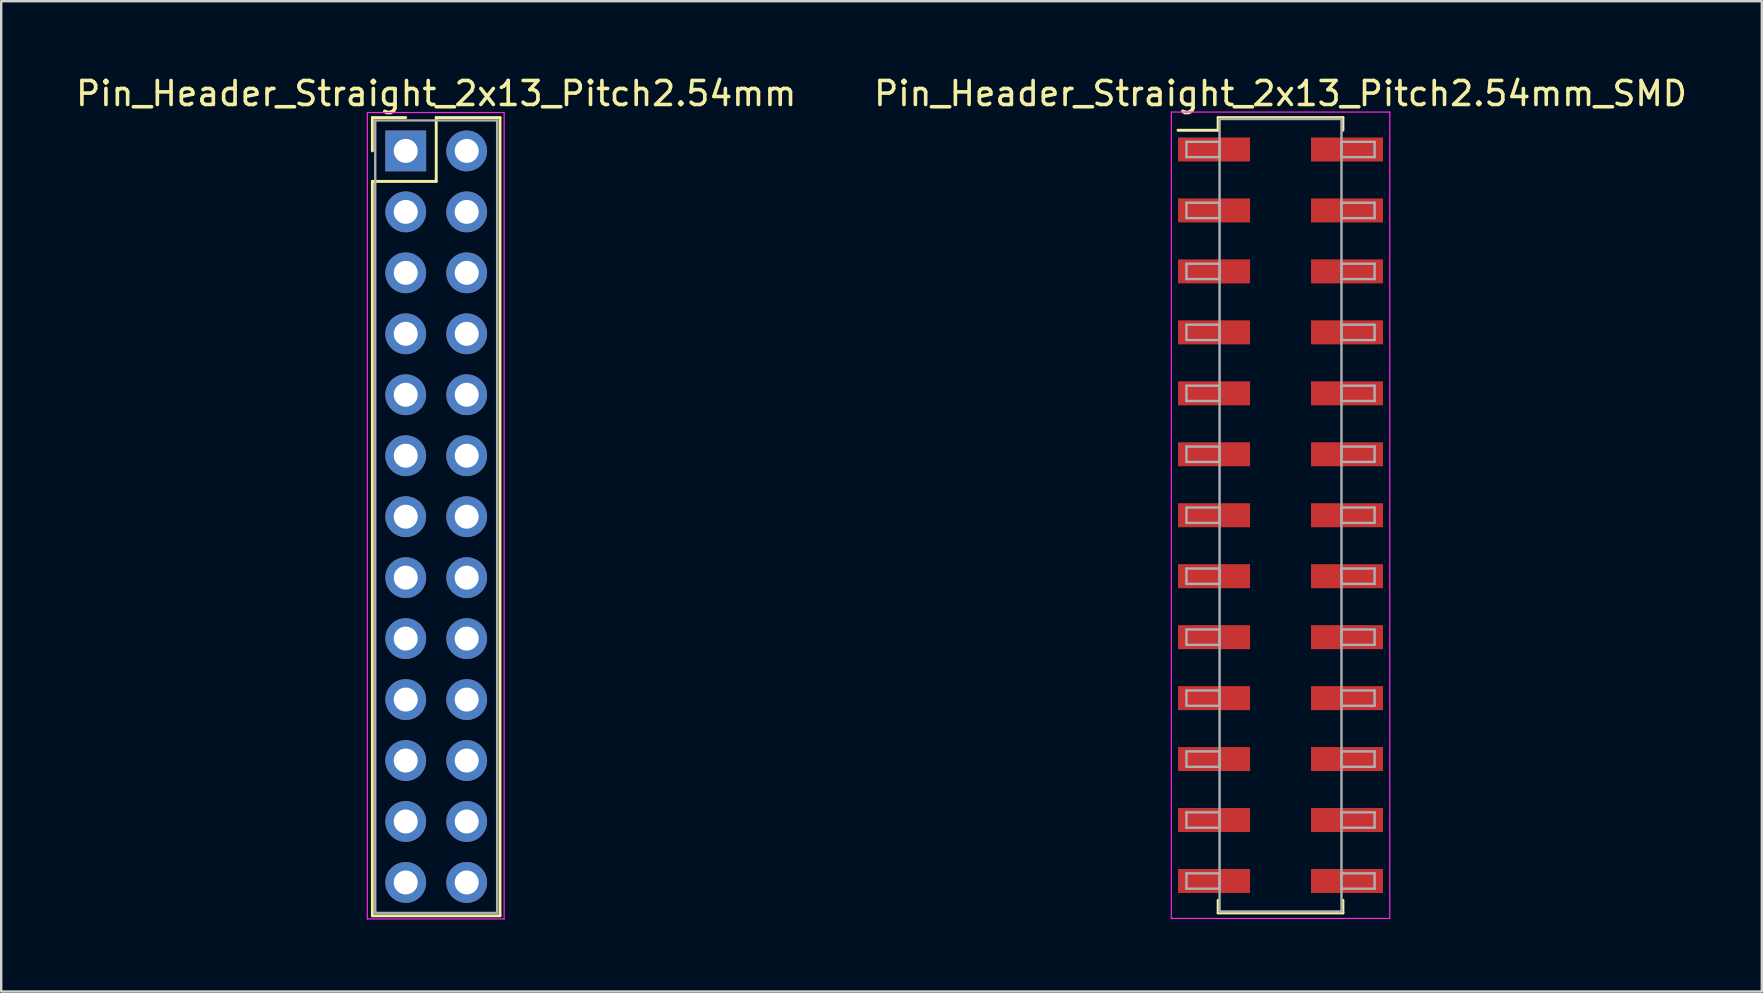
<source format=kicad_pcb>
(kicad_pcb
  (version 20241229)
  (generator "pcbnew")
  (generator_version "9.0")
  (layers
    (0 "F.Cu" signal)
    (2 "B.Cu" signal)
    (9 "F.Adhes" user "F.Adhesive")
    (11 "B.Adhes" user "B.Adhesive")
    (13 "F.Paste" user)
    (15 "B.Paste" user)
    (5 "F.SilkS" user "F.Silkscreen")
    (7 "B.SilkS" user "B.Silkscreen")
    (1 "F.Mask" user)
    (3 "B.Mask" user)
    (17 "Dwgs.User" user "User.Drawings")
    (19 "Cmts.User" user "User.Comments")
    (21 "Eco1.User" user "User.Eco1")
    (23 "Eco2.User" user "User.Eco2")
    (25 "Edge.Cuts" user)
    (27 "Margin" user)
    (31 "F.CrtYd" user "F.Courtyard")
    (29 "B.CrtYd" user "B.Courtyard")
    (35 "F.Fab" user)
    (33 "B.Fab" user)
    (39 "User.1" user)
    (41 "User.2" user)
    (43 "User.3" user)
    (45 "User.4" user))
  (footprint "Pin_Header_Straight_2x13_Pitch2.54mm"
    (layer "F.Cu")
    (at 13.855 3.238)
    (property "Reference" "Pin_Header_Straight_2x13_Pitch2.54mm" (at 1.27 -2.39 0) (layer "F.SilkS") (effects (font (size 1 1) (thickness 0.15))))
    (attr through_hole)
    (fp_line (start -1.39 -1.39) (end 0 -1.39) (stroke (width 0.12) (type solid)) (layer "F.SilkS"))
    (fp_line (start -1.39 0) (end -1.39 -1.39) (stroke (width 0.12) (type solid)) (layer "F.SilkS"))
    (fp_line (start -1.39 1.27) (end -1.39 31.87) (stroke (width 0.12) (type solid)) (layer "F.SilkS"))
    (fp_line (start -1.39 31.87) (end 3.93 31.87) (stroke (width 0.12) (type solid)) (layer "F.SilkS"))
    (fp_line (start 1.27 -1.39) (end 1.27 1.27) (stroke (width 0.12) (type solid)) (layer "F.SilkS"))
    (fp_line (start 1.27 1.27) (end -1.39 1.27) (stroke (width 0.12) (type solid)) (layer "F.SilkS"))
    (fp_line (start 3.93 -1.39) (end 1.27 -1.39) (stroke (width 0.12) (type solid)) (layer "F.SilkS"))
    (fp_line (start 3.93 31.87) (end 3.93 -1.39) (stroke (width 0.12) (type solid)) (layer "F.SilkS"))
    (fp_line (start -1.6 -1.6) (end -1.6 32) (stroke (width 0.05) (type solid)) (layer "F.CrtYd"))
    (fp_line (start -1.6 32) (end 4.1 32) (stroke (width 0.05) (type solid)) (layer "F.CrtYd"))
    (fp_line (start 4.1 -1.6) (end -1.6 -1.6) (stroke (width 0.05) (type solid)) (layer "F.CrtYd"))
    (fp_line (start 4.1 32) (end 4.1 -1.6) (stroke (width 0.05) (type solid)) (layer "F.CrtYd"))
    (fp_line (start -1.27 -1.27) (end -1.27 31.75) (stroke (width 0.1) (type solid)) (layer "F.Fab"))
    (fp_line (start -1.27 31.75) (end 3.81 31.75) (stroke (width 0.1) (type solid)) (layer "F.Fab"))
    (fp_line (start 3.81 -1.27) (end -1.27 -1.27) (stroke (width 0.1) (type solid)) (layer "F.Fab"))
    (fp_line (start 3.81 31.75) (end 3.81 -1.27) (stroke (width 0.1) (type solid)) (layer "F.Fab"))
    (pad "1" thru_hole rect (at 0 0) (size 1.7 1.7) (drill 1) (layers "*.Cu" "*.Mask"))
    (pad "2" thru_hole oval (at 2.54 0) (size 1.7 1.7) (drill 1) (layers "*.Cu" "*.Mask"))
    (pad "3" thru_hole oval (at 0 2.54) (size 1.7 1.7) (drill 1) (layers "*.Cu" "*.Mask"))
    (pad "4" thru_hole oval (at 2.54 2.54) (size 1.7 1.7) (drill 1) (layers "*.Cu" "*.Mask"))
    (pad "5" thru_hole oval (at 0 5.08) (size 1.7 1.7) (drill 1) (layers "*.Cu" "*.Mask"))
    (pad "6" thru_hole oval (at 2.54 5.08) (size 1.7 1.7) (drill 1) (layers "*.Cu" "*.Mask"))
    (pad "7" thru_hole oval (at 0 7.62) (size 1.7 1.7) (drill 1) (layers "*.Cu" "*.Mask"))
    (pad "8" thru_hole oval (at 2.54 7.62) (size 1.7 1.7) (drill 1) (layers "*.Cu" "*.Mask"))
    (pad "9" thru_hole oval (at 0 10.16) (size 1.7 1.7) (drill 1) (layers "*.Cu" "*.Mask"))
    (pad "10" thru_hole oval (at 2.54 10.16) (size 1.7 1.7) (drill 1) (layers "*.Cu" "*.Mask"))
    (pad "11" thru_hole oval (at 0 12.7) (size 1.7 1.7) (drill 1) (layers "*.Cu" "*.Mask"))
    (pad "12" thru_hole oval (at 2.54 12.7) (size 1.7 1.7) (drill 1) (layers "*.Cu" "*.Mask"))
    (pad "13" thru_hole oval (at 0 15.24) (size 1.7 1.7) (drill 1) (layers "*.Cu" "*.Mask"))
    (pad "14" thru_hole oval (at 2.54 15.24) (size 1.7 1.7) (drill 1) (layers "*.Cu" "*.Mask"))
    (pad "15" thru_hole oval (at 0 17.78) (size 1.7 1.7) (drill 1) (layers "*.Cu" "*.Mask"))
    (pad "16" thru_hole oval (at 2.54 17.78) (size 1.7 1.7) (drill 1) (layers "*.Cu" "*.Mask"))
    (pad "17" thru_hole oval (at 0 20.32) (size 1.7 1.7) (drill 1) (layers "*.Cu" "*.Mask"))
    (pad "18" thru_hole oval (at 2.54 20.32) (size 1.7 1.7) (drill 1) (layers "*.Cu" "*.Mask"))
    (pad "19" thru_hole oval (at 0 22.86) (size 1.7 1.7) (drill 1) (layers "*.Cu" "*.Mask"))
    (pad "20" thru_hole oval (at 2.54 22.86) (size 1.7 1.7) (drill 1) (layers "*.Cu" "*.Mask"))
    (pad "21" thru_hole oval (at 0 25.4) (size 1.7 1.7) (drill 1) (layers "*.Cu" "*.Mask"))
    (pad "22" thru_hole oval (at 2.54 25.4) (size 1.7 1.7) (drill 1) (layers "*.Cu" "*.Mask"))
    (pad "23" thru_hole oval (at 0 27.94) (size 1.7 1.7) (drill 1) (layers "*.Cu" "*.Mask"))
    (pad "24" thru_hole oval (at 2.54 27.94) (size 1.7 1.7) (drill 1) (layers "*.Cu" "*.Mask"))
    (pad "25" thru_hole oval (at 0 30.48) (size 1.7 1.7) (drill 1) (layers "*.Cu" "*.Mask"))
    (pad "26" thru_hole oval (at 2.54 30.48) (size 1.7 1.7) (drill 1) (layers "*.Cu" "*.Mask")))
  (footprint "Pin_Header_Straight_2x13_Pitch2.54mm_SMD"
    (layer "F.Cu")
    (at 50.304 18.418)
    (property "Reference" "Pin_Header_Straight_2x13_Pitch2.54mm_SMD" (at 0 -17.57 0) (layer "F.SilkS") (effects (font (size 1 1) (thickness 0.15))))
    (attr smd)
    (fp_line (start -4.27 -16.04) (end -2.6 -16.04) (stroke (width 0.12) (type solid)) (layer "F.SilkS"))
    (fp_line (start -2.6 -16.57) (end 2.6 -16.57) (stroke (width 0.12) (type solid)) (layer "F.SilkS"))
    (fp_line (start -2.6 -16.04) (end -2.6 -16.57) (stroke (width 0.12) (type solid)) (layer "F.SilkS"))
    (fp_line (start -2.6 16.04) (end -2.6 16.57) (stroke (width 0.12) (type solid)) (layer "F.SilkS"))
    (fp_line (start -2.6 16.57) (end 2.6 16.57) (stroke (width 0.12) (type solid)) (layer "F.SilkS"))
    (fp_line (start 2.6 -16.57) (end 2.6 -16.04) (stroke (width 0.12) (type solid)) (layer "F.SilkS"))
    (fp_line (start 2.6 16.57) (end 2.6 16.04) (stroke (width 0.12) (type solid)) (layer "F.SilkS"))
    (fp_line (start -4.55 -16.8) (end -4.55 16.8) (stroke (width 0.05) (type solid)) (layer "F.CrtYd"))
    (fp_line (start -4.55 16.8) (end 4.55 16.8) (stroke (width 0.05) (type solid)) (layer "F.CrtYd"))
    (fp_line (start 4.55 -16.8) (end -4.55 -16.8) (stroke (width 0.05) (type solid)) (layer "F.CrtYd"))
    (fp_line (start 4.55 16.8) (end 4.55 -16.8) (stroke (width 0.05) (type solid)) (layer "F.CrtYd"))
    (fp_line (start -3.92 -15.56) (end -2.54 -15.56) (stroke (width 0.1) (type solid)) (layer "F.Fab"))
    (fp_line (start -3.92 -14.92) (end -3.92 -15.56) (stroke (width 0.1) (type solid)) (layer "F.Fab"))
    (fp_line (start -3.92 -13.02) (end -2.54 -13.02) (stroke (width 0.1) (type solid)) (layer "F.Fab"))
    (fp_line (start -3.92 -12.38) (end -3.92 -13.02) (stroke (width 0.1) (type solid)) (layer "F.Fab"))
    (fp_line (start -3.92 -10.48) (end -2.54 -10.48) (stroke (width 0.1) (type solid)) (layer "F.Fab"))
    (fp_line (start -3.92 -9.84) (end -3.92 -10.48) (stroke (width 0.1) (type solid)) (layer "F.Fab"))
    (fp_line (start -3.92 -7.94) (end -2.54 -7.94) (stroke (width 0.1) (type solid)) (layer "F.Fab"))
    (fp_line (start -3.92 -7.3) (end -3.92 -7.94) (stroke (width 0.1) (type solid)) (layer "F.Fab"))
    (fp_line (start -3.92 -5.4) (end -2.54 -5.4) (stroke (width 0.1) (type solid)) (layer "F.Fab"))
    (fp_line (start -3.92 -4.76) (end -3.92 -5.4) (stroke (width 0.1) (type solid)) (layer "F.Fab"))
    (fp_line (start -3.92 -2.86) (end -2.54 -2.86) (stroke (width 0.1) (type solid)) (layer "F.Fab"))
    (fp_line (start -3.92 -2.22) (end -3.92 -2.86) (stroke (width 0.1) (type solid)) (layer "F.Fab"))
    (fp_line (start -3.92 -0.32) (end -2.54 -0.32) (stroke (width 0.1) (type solid)) (layer "F.Fab"))
    (fp_line (start -3.92 0.32) (end -3.92 -0.32) (stroke (width 0.1) (type solid)) (layer "F.Fab"))
    (fp_line (start -3.92 2.22) (end -2.54 2.22) (stroke (width 0.1) (type solid)) (layer "F.Fab"))
    (fp_line (start -3.92 2.86) (end -3.92 2.22) (stroke (width 0.1) (type solid)) (layer "F.Fab"))
    (fp_line (start -3.92 4.76) (end -2.54 4.76) (stroke (width 0.1) (type solid)) (layer "F.Fab"))
    (fp_line (start -3.92 5.4) (end -3.92 4.76) (stroke (width 0.1) (type solid)) (layer "F.Fab"))
    (fp_line (start -3.92 7.3) (end -2.54 7.3) (stroke (width 0.1) (type solid)) (layer "F.Fab"))
    (fp_line (start -3.92 7.94) (end -3.92 7.3) (stroke (width 0.1) (type solid)) (layer "F.Fab"))
    (fp_line (start -3.92 9.84) (end -2.54 9.84) (stroke (width 0.1) (type solid)) (layer "F.Fab"))
    (fp_line (start -3.92 10.48) (end -3.92 9.84) (stroke (width 0.1) (type solid)) (layer "F.Fab"))
    (fp_line (start -3.92 12.38) (end -2.54 12.38) (stroke (width 0.1) (type solid)) (layer "F.Fab"))
    (fp_line (start -3.92 13.02) (end -3.92 12.38) (stroke (width 0.1) (type solid)) (layer "F.Fab"))
    (fp_line (start -3.92 14.92) (end -2.54 14.92) (stroke (width 0.1) (type solid)) (layer "F.Fab"))
    (fp_line (start -3.92 15.56) (end -3.92 14.92) (stroke (width 0.1) (type solid)) (layer "F.Fab"))
    (fp_line (start -2.54 -16.51) (end -2.54 16.51) (stroke (width 0.1) (type solid)) (layer "F.Fab"))
    (fp_line (start -2.54 -15.56) (end -2.54 -14.92) (stroke (width 0.1) (type solid)) (layer "F.Fab"))
    (fp_line (start -2.54 -14.92) (end -3.92 -14.92) (stroke (width 0.1) (type solid)) (layer "F.Fab"))
    (fp_line (start -2.54 -13.02) (end -2.54 -12.38) (stroke (width 0.1) (type solid)) (layer "F.Fab"))
    (fp_line (start -2.54 -12.38) (end -3.92 -12.38) (stroke (width 0.1) (type solid)) (layer "F.Fab"))
    (fp_line (start -2.54 -10.48) (end -2.54 -9.84) (stroke (width 0.1) (type solid)) (layer "F.Fab"))
    (fp_line (start -2.54 -9.84) (end -3.92 -9.84) (stroke (width 0.1) (type solid)) (layer "F.Fab"))
    (fp_line (start -2.54 -7.94) (end -2.54 -7.3) (stroke (width 0.1) (type solid)) (layer "F.Fab"))
    (fp_line (start -2.54 -7.3) (end -3.92 -7.3) (stroke (width 0.1) (type solid)) (layer "F.Fab"))
    (fp_line (start -2.54 -5.4) (end -2.54 -4.76) (stroke (width 0.1) (type solid)) (layer "F.Fab"))
    (fp_line (start -2.54 -4.76) (end -3.92 -4.76) (stroke (width 0.1) (type solid)) (layer "F.Fab"))
    (fp_line (start -2.54 -2.86) (end -2.54 -2.22) (stroke (width 0.1) (type solid)) (layer "F.Fab"))
    (fp_line (start -2.54 -2.22) (end -3.92 -2.22) (stroke (width 0.1) (type solid)) (layer "F.Fab"))
    (fp_line (start -2.54 -0.32) (end -2.54 0.32) (stroke (width 0.1) (type solid)) (layer "F.Fab"))
    (fp_line (start -2.54 0.32) (end -3.92 0.32) (stroke (width 0.1) (type solid)) (layer "F.Fab"))
    (fp_line (start -2.54 2.22) (end -2.54 2.86) (stroke (width 0.1) (type solid)) (layer "F.Fab"))
    (fp_line (start -2.54 2.86) (end -3.92 2.86) (stroke (width 0.1) (type solid)) (layer "F.Fab"))
    (fp_line (start -2.54 4.76) (end -2.54 5.4) (stroke (width 0.1) (type solid)) (layer "F.Fab"))
    (fp_line (start -2.54 5.4) (end -3.92 5.4) (stroke (width 0.1) (type solid)) (layer "F.Fab"))
    (fp_line (start -2.54 7.3) (end -2.54 7.94) (stroke (width 0.1) (type solid)) (layer "F.Fab"))
    (fp_line (start -2.54 7.94) (end -3.92 7.94) (stroke (width 0.1) (type solid)) (layer "F.Fab"))
    (fp_line (start -2.54 9.84) (end -2.54 10.48) (stroke (width 0.1) (type solid)) (layer "F.Fab"))
    (fp_line (start -2.54 10.48) (end -3.92 10.48) (stroke (width 0.1) (type solid)) (layer "F.Fab"))
    (fp_line (start -2.54 12.38) (end -2.54 13.02) (stroke (width 0.1) (type solid)) (layer "F.Fab"))
    (fp_line (start -2.54 13.02) (end -3.92 13.02) (stroke (width 0.1) (type solid)) (layer "F.Fab"))
    (fp_line (start -2.54 14.92) (end -2.54 15.56) (stroke (width 0.1) (type solid)) (layer "F.Fab"))
    (fp_line (start -2.54 15.56) (end -3.92 15.56) (stroke (width 0.1) (type solid)) (layer "F.Fab"))
    (fp_line (start -2.54 16.51) (end 2.54 16.51) (stroke (width 0.1) (type solid)) (layer "F.Fab"))
    (fp_line (start 2.54 -16.51) (end -2.54 -16.51) (stroke (width 0.1) (type solid)) (layer "F.Fab"))
    (fp_line (start 2.54 -15.56) (end 2.54 -14.92) (stroke (width 0.1) (type solid)) (layer "F.Fab"))
    (fp_line (start 2.54 -14.92) (end 3.92 -14.92) (stroke (width 0.1) (type solid)) (layer "F.Fab"))
    (fp_line (start 2.54 -13.02) (end 2.54 -12.38) (stroke (width 0.1) (type solid)) (layer "F.Fab"))
    (fp_line (start 2.54 -12.38) (end 3.92 -12.38) (stroke (width 0.1) (type solid)) (layer "F.Fab"))
    (fp_line (start 2.54 -10.48) (end 2.54 -9.84) (stroke (width 0.1) (type solid)) (layer "F.Fab"))
    (fp_line (start 2.54 -9.84) (end 3.92 -9.84) (stroke (width 0.1) (type solid)) (layer "F.Fab"))
    (fp_line (start 2.54 -7.94) (end 2.54 -7.3) (stroke (width 0.1) (type solid)) (layer "F.Fab"))
    (fp_line (start 2.54 -7.3) (end 3.92 -7.3) (stroke (width 0.1) (type solid)) (layer "F.Fab"))
    (fp_line (start 2.54 -5.4) (end 2.54 -4.76) (stroke (width 0.1) (type solid)) (layer "F.Fab"))
    (fp_line (start 2.54 -4.76) (end 3.92 -4.76) (stroke (width 0.1) (type solid)) (layer "F.Fab"))
    (fp_line (start 2.54 -2.86) (end 2.54 -2.22) (stroke (width 0.1) (type solid)) (layer "F.Fab"))
    (fp_line (start 2.54 -2.22) (end 3.92 -2.22) (stroke (width 0.1) (type solid)) (layer "F.Fab"))
    (fp_line (start 2.54 -0.32) (end 2.54 0.32) (stroke (width 0.1) (type solid)) (layer "F.Fab"))
    (fp_line (start 2.54 0.32) (end 3.92 0.32) (stroke (width 0.1) (type solid)) (layer "F.Fab"))
    (fp_line (start 2.54 2.22) (end 2.54 2.86) (stroke (width 0.1) (type solid)) (layer "F.Fab"))
    (fp_line (start 2.54 2.86) (end 3.92 2.86) (stroke (width 0.1) (type solid)) (layer "F.Fab"))
    (fp_line (start 2.54 4.76) (end 2.54 5.4) (stroke (width 0.1) (type solid)) (layer "F.Fab"))
    (fp_line (start 2.54 5.4) (end 3.92 5.4) (stroke (width 0.1) (type solid)) (layer "F.Fab"))
    (fp_line (start 2.54 7.3) (end 2.54 7.94) (stroke (width 0.1) (type solid)) (layer "F.Fab"))
    (fp_line (start 2.54 7.94) (end 3.92 7.94) (stroke (width 0.1) (type solid)) (layer "F.Fab"))
    (fp_line (start 2.54 9.84) (end 2.54 10.48) (stroke (width 0.1) (type solid)) (layer "F.Fab"))
    (fp_line (start 2.54 10.48) (end 3.92 10.48) (stroke (width 0.1) (type solid)) (layer "F.Fab"))
    (fp_line (start 2.54 12.38) (end 2.54 13.02) (stroke (width 0.1) (type solid)) (layer "F.Fab"))
    (fp_line (start 2.54 13.02) (end 3.92 13.02) (stroke (width 0.1) (type solid)) (layer "F.Fab"))
    (fp_line (start 2.54 14.92) (end 2.54 15.56) (stroke (width 0.1) (type solid)) (layer "F.Fab"))
    (fp_line (start 2.54 15.56) (end 3.92 15.56) (stroke (width 0.1) (type solid)) (layer "F.Fab"))
    (fp_line (start 2.54 16.51) (end 2.54 -16.51) (stroke (width 0.1) (type solid)) (layer "F.Fab"))
    (fp_line (start 3.92 -15.56) (end 2.54 -15.56) (stroke (width 0.1) (type solid)) (layer "F.Fab"))
    (fp_line (start 3.92 -14.92) (end 3.92 -15.56) (stroke (width 0.1) (type solid)) (layer "F.Fab"))
    (fp_line (start 3.92 -13.02) (end 2.54 -13.02) (stroke (width 0.1) (type solid)) (layer "F.Fab"))
    (fp_line (start 3.92 -12.38) (end 3.92 -13.02) (stroke (width 0.1) (type solid)) (layer "F.Fab"))
    (fp_line (start 3.92 -10.48) (end 2.54 -10.48) (stroke (width 0.1) (type solid)) (layer "F.Fab"))
    (fp_line (start 3.92 -9.84) (end 3.92 -10.48) (stroke (width 0.1) (type solid)) (layer "F.Fab"))
    (fp_line (start 3.92 -7.94) (end 2.54 -7.94) (stroke (width 0.1) (type solid)) (layer "F.Fab"))
    (fp_line (start 3.92 -7.3) (end 3.92 -7.94) (stroke (width 0.1) (type solid)) (layer "F.Fab"))
    (fp_line (start 3.92 -5.4) (end 2.54 -5.4) (stroke (width 0.1) (type solid)) (layer "F.Fab"))
    (fp_line (start 3.92 -4.76) (end 3.92 -5.4) (stroke (width 0.1) (type solid)) (layer "F.Fab"))
    (fp_line (start 3.92 -2.86) (end 2.54 -2.86) (stroke (width 0.1) (type solid)) (layer "F.Fab"))
    (fp_line (start 3.92 -2.22) (end 3.92 -2.86) (stroke (width 0.1) (type solid)) (layer "F.Fab"))
    (fp_line (start 3.92 -0.32) (end 2.54 -0.32) (stroke (width 0.1) (type solid)) (layer "F.Fab"))
    (fp_line (start 3.92 0.32) (end 3.92 -0.32) (stroke (width 0.1) (type solid)) (layer "F.Fab"))
    (fp_line (start 3.92 2.22) (end 2.54 2.22) (stroke (width 0.1) (type solid)) (layer "F.Fab"))
    (fp_line (start 3.92 2.86) (end 3.92 2.22) (stroke (width 0.1) (type solid)) (layer "F.Fab"))
    (fp_line (start 3.92 4.76) (end 2.54 4.76) (stroke (width 0.1) (type solid)) (layer "F.Fab"))
    (fp_line (start 3.92 5.4) (end 3.92 4.76) (stroke (width 0.1) (type solid)) (layer "F.Fab"))
    (fp_line (start 3.92 7.3) (end 2.54 7.3) (stroke (width 0.1) (type solid)) (layer "F.Fab"))
    (fp_line (start 3.92 7.94) (end 3.92 7.3) (stroke (width 0.1) (type solid)) (layer "F.Fab"))
    (fp_line (start 3.92 9.84) (end 2.54 9.84) (stroke (width 0.1) (type solid)) (layer "F.Fab"))
    (fp_line (start 3.92 10.48) (end 3.92 9.84) (stroke (width 0.1) (type solid)) (layer "F.Fab"))
    (fp_line (start 3.92 12.38) (end 2.54 12.38) (stroke (width 0.1) (type solid)) (layer "F.Fab"))
    (fp_line (start 3.92 13.02) (end 3.92 12.38) (stroke (width 0.1) (type solid)) (layer "F.Fab"))
    (fp_line (start 3.92 14.92) (end 2.54 14.92) (stroke (width 0.1) (type solid)) (layer "F.Fab"))
    (fp_line (start 3.92 15.56) (end 3.92 14.92) (stroke (width 0.1) (type solid)) (layer "F.Fab"))
    (pad "1" smd rect (at -2.77 -15.24) (size 3 1) (layers "F.Cu" "F.Mask"))
    (pad "2" smd rect (at 2.77 -15.24) (size 3 1) (layers "F.Cu" "F.Mask"))
    (pad "3" smd rect (at -2.77 -12.7) (size 3 1) (layers "F.Cu" "F.Mask"))
    (pad "4" smd rect (at 2.77 -12.7) (size 3 1) (layers "F.Cu" "F.Mask"))
    (pad "5" smd rect (at -2.77 -10.16) (size 3 1) (layers "F.Cu" "F.Mask"))
    (pad "6" smd rect (at 2.77 -10.16) (size 3 1) (layers "F.Cu" "F.Mask"))
    (pad "7" smd rect (at -2.77 -7.62) (size 3 1) (layers "F.Cu" "F.Mask"))
    (pad "8" smd rect (at 2.77 -7.62) (size 3 1) (layers "F.Cu" "F.Mask"))
    (pad "9" smd rect (at -2.77 -5.08) (size 3 1) (layers "F.Cu" "F.Mask"))
    (pad "10" smd rect (at 2.77 -5.08) (size 3 1) (layers "F.Cu" "F.Mask"))
    (pad "11" smd rect (at -2.77 -2.54) (size 3 1) (layers "F.Cu" "F.Mask"))
    (pad "12" smd rect (at 2.77 -2.54) (size 3 1) (layers "F.Cu" "F.Mask"))
    (pad "13" smd rect (at -2.77 0) (size 3 1) (layers "F.Cu" "F.Mask"))
    (pad "14" smd rect (at 2.77 0) (size 3 1) (layers "F.Cu" "F.Mask"))
    (pad "15" smd rect (at -2.77 2.54) (size 3 1) (layers "F.Cu" "F.Mask"))
    (pad "16" smd rect (at 2.77 2.54) (size 3 1) (layers "F.Cu" "F.Mask"))
    (pad "17" smd rect (at -2.77 5.08) (size 3 1) (layers "F.Cu" "F.Mask"))
    (pad "18" smd rect (at 2.77 5.08) (size 3 1) (layers "F.Cu" "F.Mask"))
    (pad "19" smd rect (at -2.77 7.62) (size 3 1) (layers "F.Cu" "F.Mask"))
    (pad "20" smd rect (at 2.77 7.62) (size 3 1) (layers "F.Cu" "F.Mask"))
    (pad "21" smd rect (at -2.77 10.16) (size 3 1) (layers "F.Cu" "F.Mask"))
    (pad "22" smd rect (at 2.77 10.16) (size 3 1) (layers "F.Cu" "F.Mask"))
    (pad "23" smd rect (at -2.77 12.7) (size 3 1) (layers "F.Cu" "F.Mask"))
    (pad "24" smd rect (at 2.77 12.7) (size 3 1) (layers "F.Cu" "F.Mask"))
    (pad "25" smd rect (at -2.77 15.24) (size 3 1) (layers "F.Cu" "F.Mask"))
    (pad "26" smd rect (at 2.77 15.24) (size 3 1) (layers "F.Cu" "F.Mask")))
  (gr_rect
    (start -3 -3)
    (end 70.357 38.263)
    (stroke (width 0.1) (type default))
    (fill no)
    (layer "Edge.Cuts")))
</source>
